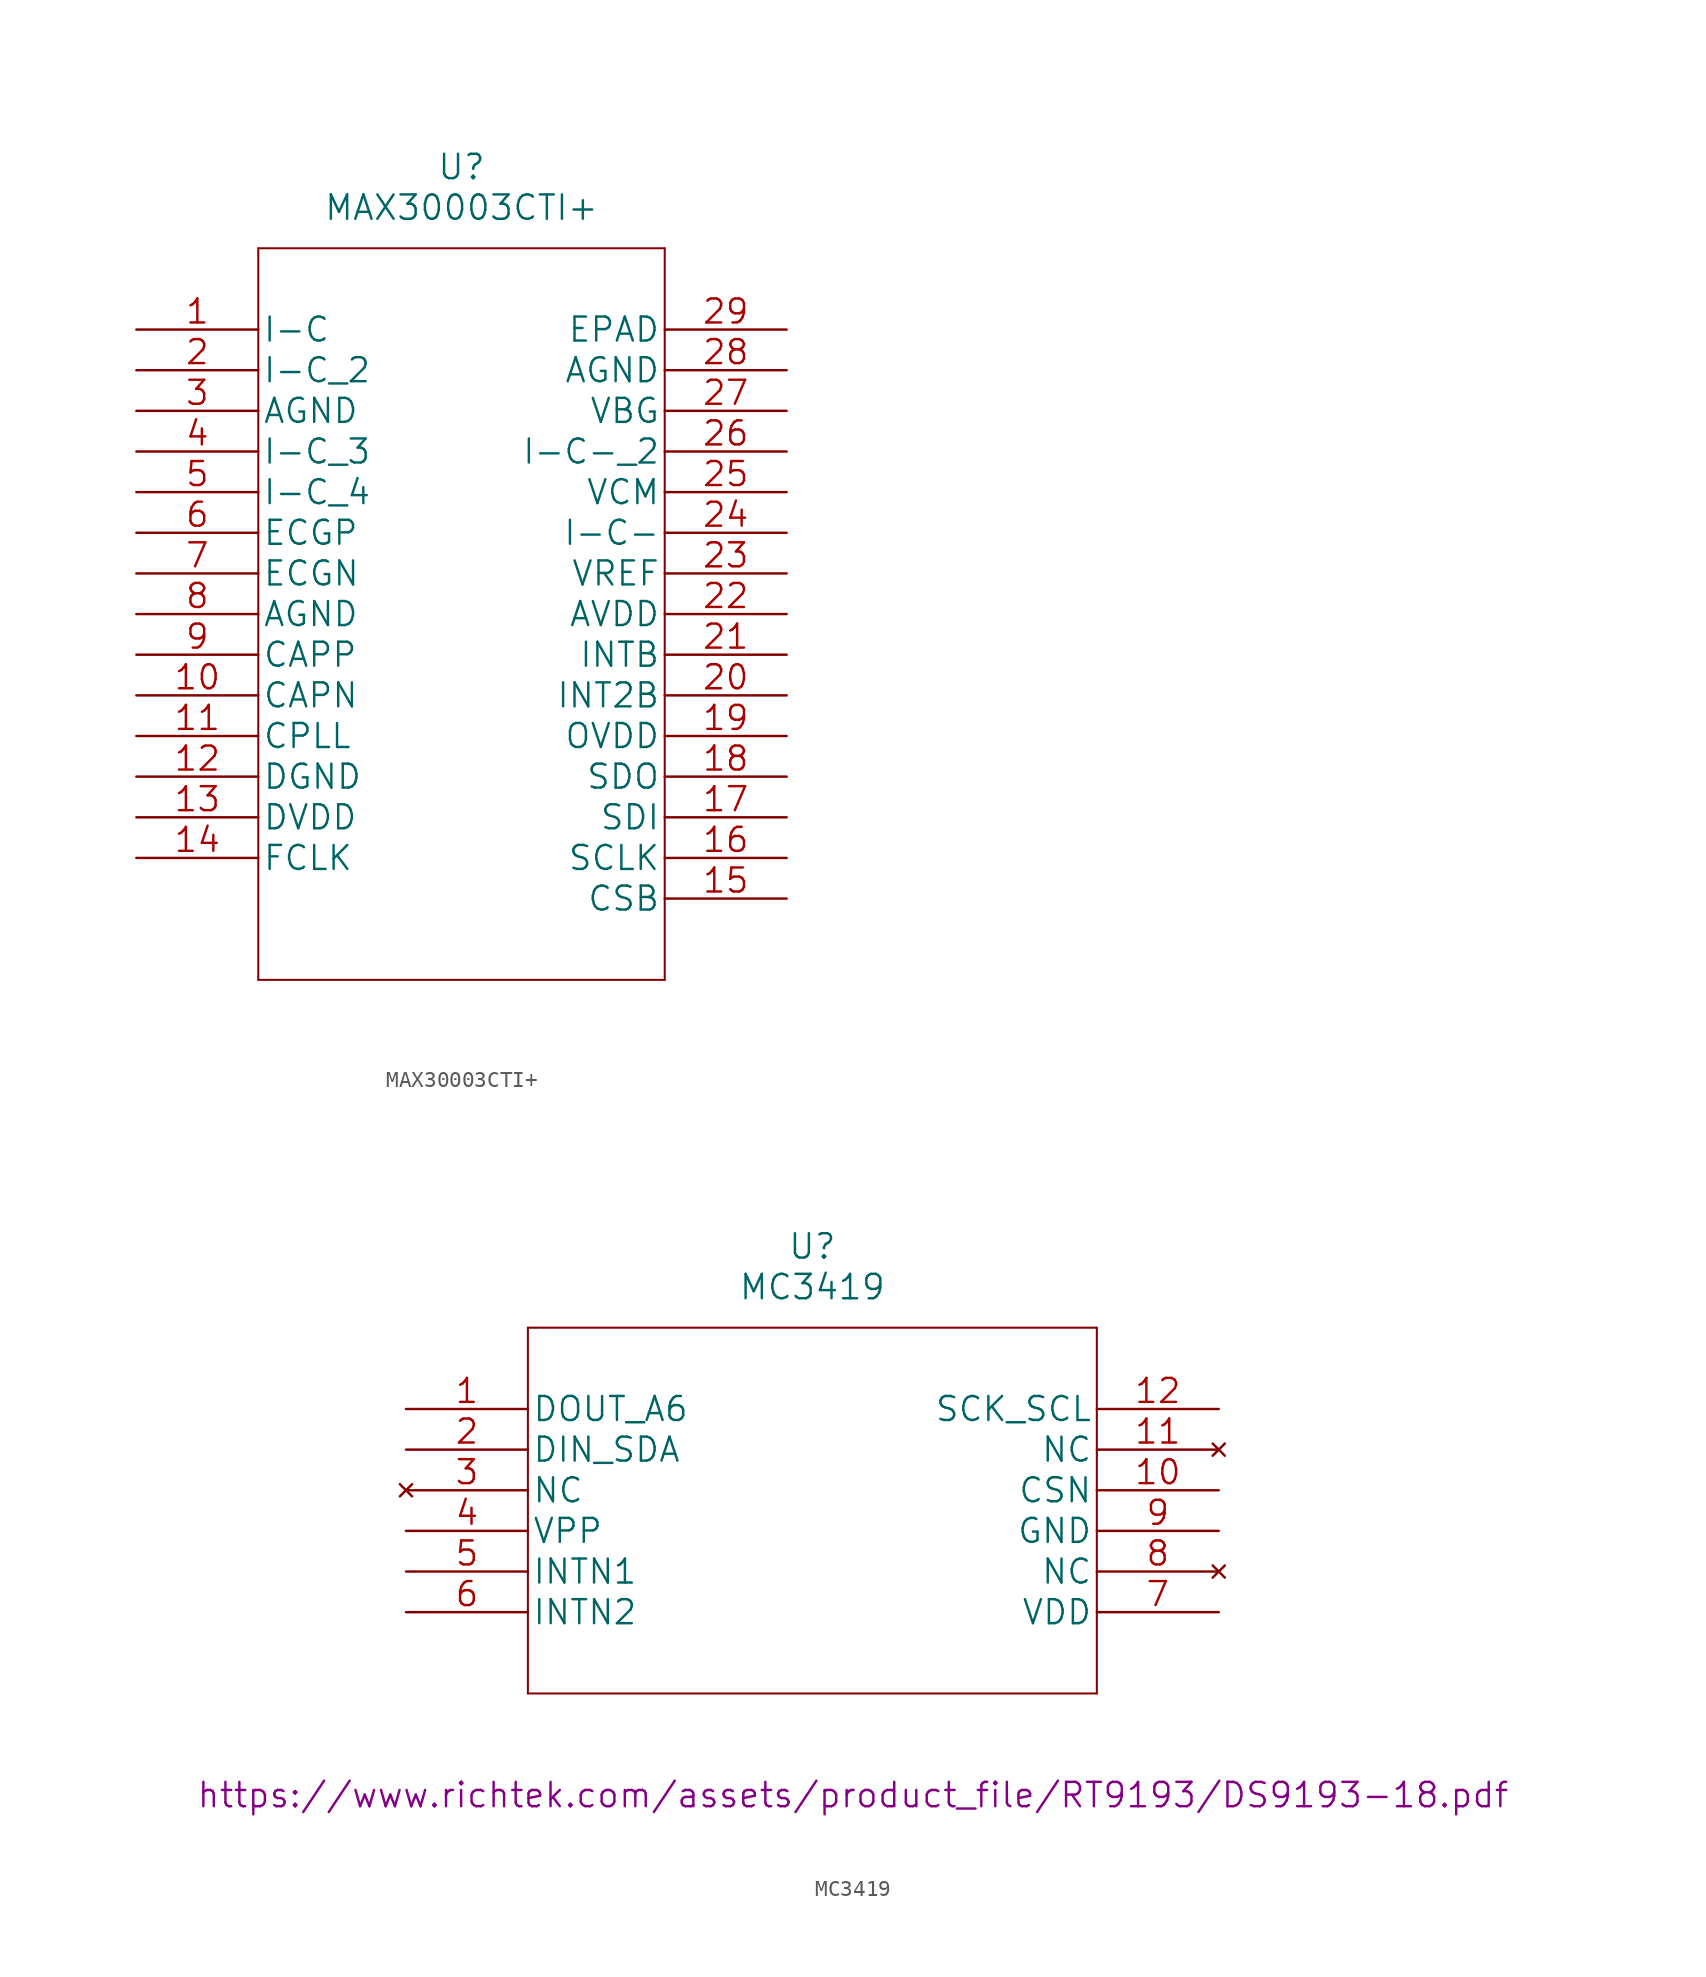
<source format=kicad_sym>
(kicad_symbol_lib
  (version 20211014)
  (generator kicad_symbol_editor)
  (symbol "MAX30003CTI+"
    (pin_names
      (offset 0.254))
    (property "Reference" "U"
      (at 20.32 10.16 0)
      (effects (font (size 1.524 1.524))))
    (property "Value" "MAX30003CTI+"
      (at 20.32 7.62 0)
      (effects (font (size 1.524 1.524))))
    (symbol "MAX30003CTI+_1_1"
      (polyline (pts (xy 7.62 -40.64) (xy 33.02 -40.64)) (stroke (width 0.127) (type default) (color 0 0 0 0)) (fill (type none)))
      (polyline (pts (xy 7.62 5.08) (xy 7.62 -40.64)) (stroke (width 0.127) (type default) (color 0 0 0 0)) (fill (type none)))
      (polyline (pts (xy 33.02 -40.64) (xy 33.02 5.08)) (stroke (width 0.127) (type default) (color 0 0 0 0)) (fill (type none)))
      (polyline (pts (xy 33.02 5.08) (xy 7.62 5.08)) (stroke (width 0.127) (type default) (color 0 0 0 0)) (fill (type none)))
      (pin bidirectional line (at 0 0 0) (length 7.62) (name "I-C" (effects (font (size 1.499 1.499)))) (number "1" (effects (font (size 1.499 1.499)))))
      (pin unspecified line (at 0 -22.86 0) (length 7.62) (name "CAPN" (effects (font (size 1.499 1.499)))) (number "10" (effects (font (size 1.499 1.499)))))
      (pin unspecified line (at 0 -25.4 0) (length 7.62) (name "CPLL" (effects (font (size 1.499 1.499)))) (number "11" (effects (font (size 1.499 1.499)))))
      (pin power_in line (at 0 -27.94 0) (length 7.62) (name "DGND" (effects (font (size 1.499 1.499)))) (number "12" (effects (font (size 1.499 1.499)))))
      (pin power_in line (at 0 -30.48 0) (length 7.62) (name "DVDD" (effects (font (size 1.499 1.499)))) (number "13" (effects (font (size 1.499 1.499)))))
      (pin unspecified line (at 0 -33.02 0) (length 7.62) (name "FCLK" (effects (font (size 1.499 1.499)))) (number "14" (effects (font (size 1.499 1.499)))))
      (pin unspecified line (at 40.64 -35.56 180) (length 7.62) (name "CSB" (effects (font (size 1.499 1.499)))) (number "15" (effects (font (size 1.499 1.499)))))
      (pin unspecified line (at 40.64 -33.02 180) (length 7.62) (name "SCLK" (effects (font (size 1.499 1.499)))) (number "16" (effects (font (size 1.499 1.499)))))
      (pin unspecified line (at 40.64 -30.48 180) (length 7.62) (name "SDI" (effects (font (size 1.499 1.499)))) (number "17" (effects (font (size 1.499 1.499)))))
      (pin unspecified line (at 40.64 -27.94 180) (length 7.62) (name "SDO" (effects (font (size 1.499 1.499)))) (number "18" (effects (font (size 1.499 1.499)))))
      (pin power_in line (at 40.64 -25.4 180) (length 7.62) (name "OVDD" (effects (font (size 1.499 1.499)))) (number "19" (effects (font (size 1.499 1.499)))))
      (pin bidirectional line (at 0 -2.54 0) (length 7.62) (name "I-C_2" (effects (font (size 1.499 1.499)))) (number "2" (effects (font (size 1.499 1.499)))))
      (pin unspecified line (at 40.64 -22.86 180) (length 7.62) (name "INT2B" (effects (font (size 1.499 1.499)))) (number "20" (effects (font (size 1.499 1.499)))))
      (pin unspecified line (at 40.64 -20.32 180) (length 7.62) (name "INTB" (effects (font (size 1.499 1.499)))) (number "21" (effects (font (size 1.499 1.499)))))
      (pin power_in line (at 40.64 -17.78 180) (length 7.62) (name "AVDD" (effects (font (size 1.499 1.499)))) (number "22" (effects (font (size 1.499 1.499)))))
      (pin power_in line (at 40.64 -15.24 180) (length 7.62) (name "VREF" (effects (font (size 1.499 1.499)))) (number "23" (effects (font (size 1.499 1.499)))))
      (pin bidirectional line (at 40.64 -12.7 180) (length 7.62) (name "I-C-" (effects (font (size 1.499 1.499)))) (number "24" (effects (font (size 1.499 1.499)))))
      (pin unspecified line (at 40.64 -10.16 180) (length 7.62) (name "VCM" (effects (font (size 1.499 1.499)))) (number "25" (effects (font (size 1.499 1.499)))))
      (pin bidirectional line (at 40.64 -7.62 180) (length 7.62) (name "I-C-_2" (effects (font (size 1.499 1.499)))) (number "26" (effects (font (size 1.499 1.499)))))
      (pin unspecified line (at 40.64 -5.08 180) (length 7.62) (name "VBG" (effects (font (size 1.499 1.499)))) (number "27" (effects (font (size 1.499 1.499)))))
      (pin power_in line (at 40.64 -2.54 180) (length 7.62) (name "AGND" (effects (font (size 1.499 1.499)))) (number "28" (effects (font (size 1.499 1.499)))))
      (pin unspecified line (at 40.64 0 180) (length 7.62) (name "EPAD" (effects (font (size 1.499 1.499)))) (number "29" (effects (font (size 1.499 1.499)))))
      (pin power_in line (at 0 -5.08 0) (length 7.62) (name "AGND" (effects (font (size 1.499 1.499)))) (number "3" (effects (font (size 1.499 1.499)))))
      (pin bidirectional line (at 0 -7.62 0) (length 7.62) (name "I-C_3" (effects (font (size 1.499 1.499)))) (number "4" (effects (font (size 1.499 1.499)))))
      (pin bidirectional line (at 0 -10.16 0) (length 7.62) (name "I-C_4" (effects (font (size 1.499 1.499)))) (number "5" (effects (font (size 1.499 1.499)))))
      (pin bidirectional line (at 0 -12.7 0) (length 7.62) (name "ECGP" (effects (font (size 1.499 1.499)))) (number "6" (effects (font (size 1.499 1.499)))))
      (pin bidirectional line (at 0 -15.24 0) (length 7.62) (name "ECGN" (effects (font (size 1.499 1.499)))) (number "7" (effects (font (size 1.499 1.499)))))
      (pin power_in line (at 0 -17.78 0) (length 7.62) (name "AGND" (effects (font (size 1.499 1.499)))) (number "8" (effects (font (size 1.499 1.499)))))
      (pin unspecified line (at 0 -20.32 0) (length 7.62) (name "CAPP" (effects (font (size 1.499 1.499)))) (number "9" (effects (font (size 1.499 1.499)))))))
  (symbol "MC3419"
    (pin_names
      (offset 0.254))
    (property "Reference" "U"
      (at 25.4 10.16 0)
      (effects (font (size 1.524 1.524))))
    (property "Value" "MC3419"
      (at 25.4 7.62 0)
      (effects (font (size 1.524 1.524))))
    (property "Datasheet" "https://www.richtek.com/assets/product_file/RT9193/DS9193-18.pdf"
      (at 27.94 -24.13 0)
      (effects (font (size 1.524 1.524))))
    (symbol "MC3419_1_1"
      (polyline (pts (xy 7.62 -17.78) (xy 43.18 -17.78)) (stroke (width 0.127) (type default) (color 0 0 0 0)) (fill (type none)))
      (polyline (pts (xy 7.62 5.08) (xy 7.62 -17.78)) (stroke (width 0.127) (type default) (color 0 0 0 0)) (fill (type none)))
      (polyline (pts (xy 43.18 -17.78) (xy 43.18 5.08)) (stroke (width 0.127) (type default) (color 0 0 0 0)) (fill (type none)))
      (polyline (pts (xy 43.18 5.08) (xy 7.62 5.08)) (stroke (width 0.127) (type default) (color 0 0 0 0)) (fill (type none)))
      (pin bidirectional line (at 0 0 0) (length 7.62) (name "DOUT_A6" (effects (font (size 1.499 1.499)))) (number "1" (effects (font (size 1.499 1.499)))))
      (pin input line (at 50.8 -5.08 180) (length 7.62) (name "CSN" (effects (font (size 1.499 1.499)))) (number "10" (effects (font (size 1.499 1.499)))))
      (pin no_connect line (at 50.8 -2.54 180) (length 7.62) (name "NC" (effects (font (size 1.499 1.499)))) (number "11" (effects (font (size 1.499 1.499)))))
      (pin input line (at 50.8 0 180) (length 7.62) (name "SCK_SCL" (effects (font (size 1.499 1.499)))) (number "12" (effects (font (size 1.499 1.499)))))
      (pin bidirectional line (at 0 -2.54 0) (length 7.62) (name "DIN_SDA" (effects (font (size 1.499 1.499)))) (number "2" (effects (font (size 1.499 1.499)))))
      (pin no_connect line (at 0 -5.08 0) (length 7.62) (name "NC" (effects (font (size 1.499 1.499)))) (number "3" (effects (font (size 1.499 1.499)))))
      (pin power_in line (at 0 -7.62 0) (length 7.62) (name "VPP" (effects (font (size 1.499 1.499)))) (number "4" (effects (font (size 1.499 1.499)))))
      (pin output line (at 0 -10.16 0) (length 7.62) (name "INTN1" (effects (font (size 1.499 1.499)))) (number "5" (effects (font (size 1.499 1.499)))))
      (pin output line (at 0 -12.7 0) (length 7.62) (name "INTN2" (effects (font (size 1.499 1.499)))) (number "6" (effects (font (size 1.499 1.499)))))
      (pin power_in line (at 50.8 -12.7 180) (length 7.62) (name "VDD" (effects (font (size 1.499 1.499)))) (number "7" (effects (font (size 1.499 1.499)))))
      (pin no_connect line (at 50.8 -10.16 180) (length 7.62) (name "NC" (effects (font (size 1.499 1.499)))) (number "8" (effects (font (size 1.499 1.499)))))
      (pin power_in line (at 50.8 -7.62 180) (length 7.62) (name "GND" (effects (font (size 1.499 1.499)))) (number "9" (effects (font (size 1.499 1.499))))))))
</source>
